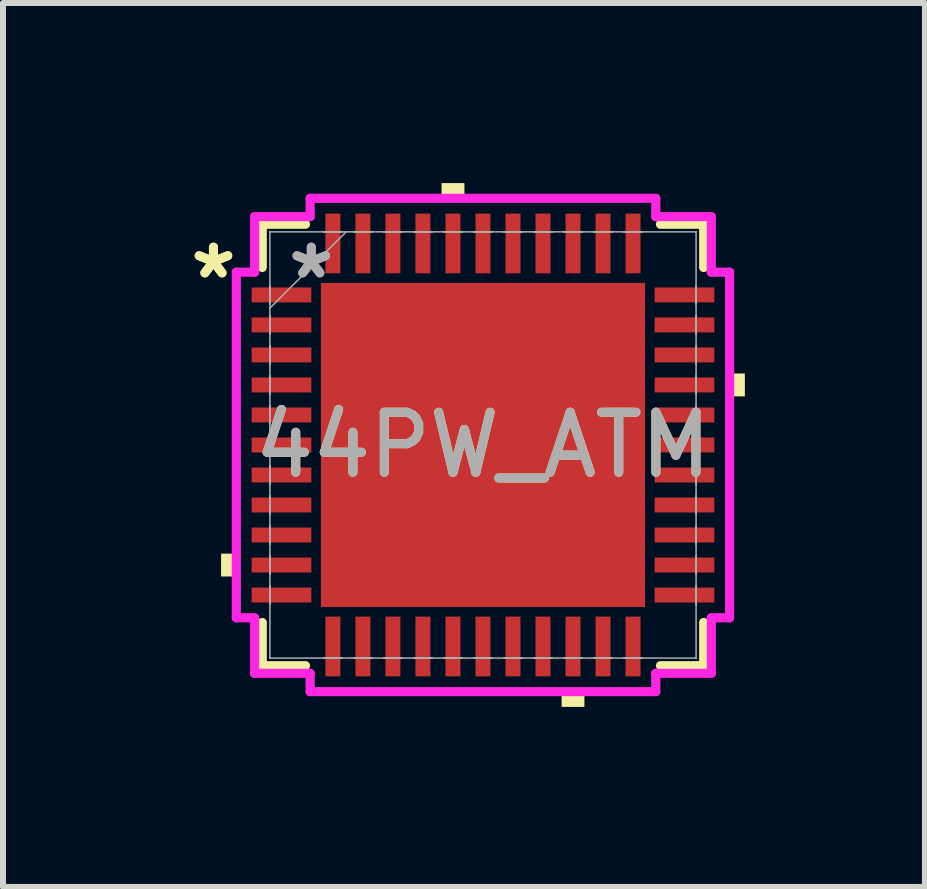
<source format=kicad_pcb>
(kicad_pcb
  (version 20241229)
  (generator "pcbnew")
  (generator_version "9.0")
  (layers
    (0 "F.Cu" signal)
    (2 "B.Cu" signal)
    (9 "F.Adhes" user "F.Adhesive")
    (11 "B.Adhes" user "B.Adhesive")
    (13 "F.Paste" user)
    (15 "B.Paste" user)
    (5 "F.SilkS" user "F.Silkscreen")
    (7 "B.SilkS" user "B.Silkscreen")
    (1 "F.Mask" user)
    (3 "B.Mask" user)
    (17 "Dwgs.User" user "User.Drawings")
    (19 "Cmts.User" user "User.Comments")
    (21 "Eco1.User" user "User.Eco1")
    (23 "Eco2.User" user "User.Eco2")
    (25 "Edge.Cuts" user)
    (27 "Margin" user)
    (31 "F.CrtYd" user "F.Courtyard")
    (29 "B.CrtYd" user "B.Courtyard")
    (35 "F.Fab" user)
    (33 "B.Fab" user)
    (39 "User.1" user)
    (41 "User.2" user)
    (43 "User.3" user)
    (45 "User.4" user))
  (footprint "44PW_ATM"
    (layer "F.Cu")
    (at 4.996 4.363)
    (property "Reference" "44PW_ATM" (at 0 0 0) (unlocked yes) (layer "F.SilkS") (effects (font (size 1 1) (thickness 0.15))))
    (attr smd)
    (fp_line (start -3.677 -3.677) (end -3.677 -2.957) (stroke (width 0.152) (type solid)) (layer "F.SilkS"))
    (fp_line (start -3.677 2.957) (end -3.677 3.677) (stroke (width 0.152) (type solid)) (layer "F.SilkS"))
    (fp_line (start -3.677 3.677) (end -2.957 3.677) (stroke (width 0.152) (type solid)) (layer "F.SilkS"))
    (fp_line (start -2.957 -3.677) (end -3.677 -3.677) (stroke (width 0.152) (type solid)) (layer "F.SilkS"))
    (fp_line (start 2.957 3.677) (end 3.677 3.677) (stroke (width 0.152) (type solid)) (layer "F.SilkS"))
    (fp_line (start 3.677 -3.677) (end 2.957 -3.677) (stroke (width 0.152) (type solid)) (layer "F.SilkS"))
    (fp_line (start 3.677 -2.957) (end 3.677 -3.677) (stroke (width 0.152) (type solid)) (layer "F.SilkS"))
    (fp_line (start 3.677 3.677) (end 3.677 2.957) (stroke (width 0.152) (type solid)) (layer "F.SilkS"))
    (fp_poly (pts (xy -4.363 1.81) (xy -4.363 2.191) (xy -4.109 2.191) (xy -4.109 1.81)) (stroke (width 0) (type solid)) (fill yes) (layer "F.SilkS"))
    (fp_poly (pts (xy -0.69 -4.109) (xy -0.69 -4.363) (xy -0.309 -4.363) (xy -0.309 -4.109)) (stroke (width 0) (type solid)) (fill yes) (layer "F.SilkS"))
    (fp_poly (pts (xy 1.31 4.109) (xy 1.31 4.363) (xy 1.69 4.363) (xy 1.69 4.109)) (stroke (width 0) (type solid)) (fill yes) (layer "F.SilkS"))
    (fp_poly (pts (xy 4.363 -1.191) (xy 4.363 -0.81) (xy 4.109 -0.81) (xy 4.109 -1.191)) (stroke (width 0) (type solid)) (fill yes) (layer "F.SilkS"))
    (fp_poly (pts (xy -2.6 -2.6) (xy -2.6 -1.45) (xy -1.45 -1.45) (xy -1.45 -2.6)) (stroke (width 0) (type solid)) (fill yes) (layer "F.Paste"))
    (fp_poly (pts (xy -2.6 -1.25) (xy -2.6 -0.1) (xy -1.45 -0.1) (xy -1.45 -1.25)) (stroke (width 0) (type solid)) (fill yes) (layer "F.Paste"))
    (fp_poly (pts (xy -2.6 0.1) (xy -2.6 1.25) (xy -1.45 1.25) (xy -1.45 0.1)) (stroke (width 0) (type solid)) (fill yes) (layer "F.Paste"))
    (fp_poly (pts (xy -2.6 1.45) (xy -2.6 2.6) (xy -1.45 2.6) (xy -1.45 1.45)) (stroke (width 0) (type solid)) (fill yes) (layer "F.Paste"))
    (fp_poly (pts (xy -1.25 -2.6) (xy -1.25 -1.45) (xy -0.1 -1.45) (xy -0.1 -2.6)) (stroke (width 0) (type solid)) (fill yes) (layer "F.Paste"))
    (fp_poly (pts (xy -1.25 -1.25) (xy -1.25 -0.1) (xy -0.1 -0.1) (xy -0.1 -1.25)) (stroke (width 0) (type solid)) (fill yes) (layer "F.Paste"))
    (fp_poly (pts (xy -1.25 0.1) (xy -1.25 1.25) (xy -0.1 1.25) (xy -0.1 0.1)) (stroke (width 0) (type solid)) (fill yes) (layer "F.Paste"))
    (fp_poly (pts (xy -1.25 1.45) (xy -1.25 2.6) (xy -0.1 2.6) (xy -0.1 1.45)) (stroke (width 0) (type solid)) (fill yes) (layer "F.Paste"))
    (fp_poly (pts (xy 0.1 -2.6) (xy 0.1 -1.45) (xy 1.25 -1.45) (xy 1.25 -2.6)) (stroke (width 0) (type solid)) (fill yes) (layer "F.Paste"))
    (fp_poly (pts (xy 0.1 -1.25) (xy 0.1 -0.1) (xy 1.25 -0.1) (xy 1.25 -1.25)) (stroke (width 0) (type solid)) (fill yes) (layer "F.Paste"))
    (fp_poly (pts (xy 0.1 0.1) (xy 0.1 1.25) (xy 1.25 1.25) (xy 1.25 0.1)) (stroke (width 0) (type solid)) (fill yes) (layer "F.Paste"))
    (fp_poly (pts (xy 0.1 1.45) (xy 0.1 2.6) (xy 1.25 2.6) (xy 1.25 1.45)) (stroke (width 0) (type solid)) (fill yes) (layer "F.Paste"))
    (fp_poly (pts (xy 1.45 -2.6) (xy 1.45 -1.45) (xy 2.6 -1.45) (xy 2.6 -2.6)) (stroke (width 0) (type solid)) (fill yes) (layer "F.Paste"))
    (fp_poly (pts (xy 1.45 -1.25) (xy 1.45 -0.1) (xy 2.6 -0.1) (xy 2.6 -1.25)) (stroke (width 0) (type solid)) (fill yes) (layer "F.Paste"))
    (fp_poly (pts (xy 1.45 0.1) (xy 1.45 1.25) (xy 2.6 1.25) (xy 2.6 0.1)) (stroke (width 0) (type solid)) (fill yes) (layer "F.Paste"))
    (fp_poly (pts (xy 1.45 1.45) (xy 1.45 2.6) (xy 2.6 2.6) (xy 2.6 1.45)) (stroke (width 0) (type solid)) (fill yes) (layer "F.Paste"))
    (fp_line (start -4.109 -2.879) (end -3.804 -2.879) (stroke (width 0.152) (type solid)) (layer "F.CrtYd"))
    (fp_line (start -4.109 2.879) (end -4.109 -2.879) (stroke (width 0.152) (type solid)) (layer "F.CrtYd"))
    (fp_line (start -3.804 -3.804) (end -2.879 -3.804) (stroke (width 0.152) (type solid)) (layer "F.CrtYd"))
    (fp_line (start -3.804 -2.879) (end -3.804 -3.804) (stroke (width 0.152) (type solid)) (layer "F.CrtYd"))
    (fp_line (start -3.804 2.879) (end -4.109 2.879) (stroke (width 0.152) (type solid)) (layer "F.CrtYd"))
    (fp_line (start -3.804 3.804) (end -3.804 2.879) (stroke (width 0.152) (type solid)) (layer "F.CrtYd"))
    (fp_line (start -2.879 -4.109) (end 2.879 -4.109) (stroke (width 0.152) (type solid)) (layer "F.CrtYd"))
    (fp_line (start -2.879 -3.804) (end -2.879 -4.109) (stroke (width 0.152) (type solid)) (layer "F.CrtYd"))
    (fp_line (start -2.879 3.804) (end -3.804 3.804) (stroke (width 0.152) (type solid)) (layer "F.CrtYd"))
    (fp_line (start -2.879 4.109) (end -2.879 3.804) (stroke (width 0.152) (type solid)) (layer "F.CrtYd"))
    (fp_line (start 2.879 -4.109) (end 2.879 -3.804) (stroke (width 0.152) (type solid)) (layer "F.CrtYd"))
    (fp_line (start 2.879 -3.804) (end 3.804 -3.804) (stroke (width 0.152) (type solid)) (layer "F.CrtYd"))
    (fp_line (start 2.879 3.804) (end 2.879 4.109) (stroke (width 0.152) (type solid)) (layer "F.CrtYd"))
    (fp_line (start 2.879 4.109) (end -2.879 4.109) (stroke (width 0.152) (type solid)) (layer "F.CrtYd"))
    (fp_line (start 3.804 -3.804) (end 3.804 -2.879) (stroke (width 0.152) (type solid)) (layer "F.CrtYd"))
    (fp_line (start 3.804 -2.879) (end 4.109 -2.879) (stroke (width 0.152) (type solid)) (layer "F.CrtYd"))
    (fp_line (start 3.804 2.879) (end 3.804 3.804) (stroke (width 0.152) (type solid)) (layer "F.CrtYd"))
    (fp_line (start 3.804 3.804) (end 2.879 3.804) (stroke (width 0.152) (type solid)) (layer "F.CrtYd"))
    (fp_line (start 4.109 -2.879) (end 4.109 2.879) (stroke (width 0.152) (type solid)) (layer "F.CrtYd"))
    (fp_line (start 4.109 2.879) (end 3.804 2.879) (stroke (width 0.152) (type solid)) (layer "F.CrtYd"))
    (fp_line (start -3.55 -3.55) (end -3.55 -3.55) (stroke (width 0.025) (type solid)) (layer "F.Fab"))
    (fp_line (start -3.55 -3.55) (end -3.55 3.55) (stroke (width 0.025) (type solid)) (layer "F.Fab"))
    (fp_line (start -3.55 -2.65) (end -3.55 -2.65) (stroke (width 0.025) (type solid)) (layer "F.Fab"))
    (fp_line (start -3.55 -2.65) (end -3.55 -2.35) (stroke (width 0.025) (type solid)) (layer "F.Fab"))
    (fp_line (start -3.55 -2.35) (end -3.55 -2.65) (stroke (width 0.025) (type solid)) (layer "F.Fab"))
    (fp_line (start -3.55 -2.35) (end -3.55 -2.35) (stroke (width 0.025) (type solid)) (layer "F.Fab"))
    (fp_line (start -3.55 -2.28) (end -2.28 -3.55) (stroke (width 0.025) (type solid)) (layer "F.Fab"))
    (fp_line (start -3.55 -2.15) (end -3.55 -2.15) (stroke (width 0.025) (type solid)) (layer "F.Fab"))
    (fp_line (start -3.55 -2.15) (end -3.55 -1.85) (stroke (width 0.025) (type solid)) (layer "F.Fab"))
    (fp_line (start -3.55 -1.85) (end -3.55 -2.15) (stroke (width 0.025) (type solid)) (layer "F.Fab"))
    (fp_line (start -3.55 -1.85) (end -3.55 -1.85) (stroke (width 0.025) (type solid)) (layer "F.Fab"))
    (fp_line (start -3.55 -1.65) (end -3.55 -1.65) (stroke (width 0.025) (type solid)) (layer "F.Fab"))
    (fp_line (start -3.55 -1.65) (end -3.55 -1.35) (stroke (width 0.025) (type solid)) (layer "F.Fab"))
    (fp_line (start -3.55 -1.35) (end -3.55 -1.65) (stroke (width 0.025) (type solid)) (layer "F.Fab"))
    (fp_line (start -3.55 -1.35) (end -3.55 -1.35) (stroke (width 0.025) (type solid)) (layer "F.Fab"))
    (fp_line (start -3.55 -1.15) (end -3.55 -1.15) (stroke (width 0.025) (type solid)) (layer "F.Fab"))
    (fp_line (start -3.55 -1.15) (end -3.55 -0.85) (stroke (width 0.025) (type solid)) (layer "F.Fab"))
    (fp_line (start -3.55 -0.85) (end -3.55 -1.15) (stroke (width 0.025) (type solid)) (layer "F.Fab"))
    (fp_line (start -3.55 -0.85) (end -3.55 -0.85) (stroke (width 0.025) (type solid)) (layer "F.Fab"))
    (fp_line (start -3.55 -0.65) (end -3.55 -0.65) (stroke (width 0.025) (type solid)) (layer "F.Fab"))
    (fp_line (start -3.55 -0.65) (end -3.55 -0.35) (stroke (width 0.025) (type solid)) (layer "F.Fab"))
    (fp_line (start -3.55 -0.35) (end -3.55 -0.65) (stroke (width 0.025) (type solid)) (layer "F.Fab"))
    (fp_line (start -3.55 -0.35) (end -3.55 -0.35) (stroke (width 0.025) (type solid)) (layer "F.Fab"))
    (fp_line (start -3.55 -0.15) (end -3.55 -0.15) (stroke (width 0.025) (type solid)) (layer "F.Fab"))
    (fp_line (start -3.55 -0.15) (end -3.55 0.15) (stroke (width 0.025) (type solid)) (layer "F.Fab"))
    (fp_line (start -3.55 0.15) (end -3.55 -0.15) (stroke (width 0.025) (type solid)) (layer "F.Fab"))
    (fp_line (start -3.55 0.15) (end -3.55 0.15) (stroke (width 0.025) (type solid)) (layer "F.Fab"))
    (fp_line (start -3.55 0.35) (end -3.55 0.35) (stroke (width 0.025) (type solid)) (layer "F.Fab"))
    (fp_line (start -3.55 0.35) (end -3.55 0.65) (stroke (width 0.025) (type solid)) (layer "F.Fab"))
    (fp_line (start -3.55 0.65) (end -3.55 0.35) (stroke (width 0.025) (type solid)) (layer "F.Fab"))
    (fp_line (start -3.55 0.65) (end -3.55 0.65) (stroke (width 0.025) (type solid)) (layer "F.Fab"))
    (fp_line (start -3.55 0.85) (end -3.55 0.85) (stroke (width 0.025) (type solid)) (layer "F.Fab"))
    (fp_line (start -3.55 0.85) (end -3.55 1.15) (stroke (width 0.025) (type solid)) (layer "F.Fab"))
    (fp_line (start -3.55 1.15) (end -3.55 0.85) (stroke (width 0.025) (type solid)) (layer "F.Fab"))
    (fp_line (start -3.55 1.15) (end -3.55 1.15) (stroke (width 0.025) (type solid)) (layer "F.Fab"))
    (fp_line (start -3.55 1.35) (end -3.55 1.35) (stroke (width 0.025) (type solid)) (layer "F.Fab"))
    (fp_line (start -3.55 1.35) (end -3.55 1.65) (stroke (width 0.025) (type solid)) (layer "F.Fab"))
    (fp_line (start -3.55 1.65) (end -3.55 1.35) (stroke (width 0.025) (type solid)) (layer "F.Fab"))
    (fp_line (start -3.55 1.65) (end -3.55 1.65) (stroke (width 0.025) (type solid)) (layer "F.Fab"))
    (fp_line (start -3.55 1.85) (end -3.55 1.85) (stroke (width 0.025) (type solid)) (layer "F.Fab"))
    (fp_line (start -3.55 1.85) (end -3.55 2.15) (stroke (width 0.025) (type solid)) (layer "F.Fab"))
    (fp_line (start -3.55 2.15) (end -3.55 1.85) (stroke (width 0.025) (type solid)) (layer "F.Fab"))
    (fp_line (start -3.55 2.15) (end -3.55 2.15) (stroke (width 0.025) (type solid)) (layer "F.Fab"))
    (fp_line (start -3.55 2.35) (end -3.55 2.35) (stroke (width 0.025) (type solid)) (layer "F.Fab"))
    (fp_line (start -3.55 2.35) (end -3.55 2.65) (stroke (width 0.025) (type solid)) (layer "F.Fab"))
    (fp_line (start -3.55 2.65) (end -3.55 2.35) (stroke (width 0.025) (type solid)) (layer "F.Fab"))
    (fp_line (start -3.55 2.65) (end -3.55 2.65) (stroke (width 0.025) (type solid)) (layer "F.Fab"))
    (fp_line (start -3.55 3.55) (end -3.55 3.55) (stroke (width 0.025) (type solid)) (layer "F.Fab"))
    (fp_line (start -3.55 3.55) (end 3.55 3.55) (stroke (width 0.025) (type solid)) (layer "F.Fab"))
    (fp_line (start -2.65 -3.55) (end -2.65 -3.55) (stroke (width 0.025) (type solid)) (layer "F.Fab"))
    (fp_line (start -2.65 -3.55) (end -2.35 -3.55) (stroke (width 0.025) (type solid)) (layer "F.Fab"))
    (fp_line (start -2.65 3.55) (end -2.65 3.55) (stroke (width 0.025) (type solid)) (layer "F.Fab"))
    (fp_line (start -2.65 3.55) (end -2.35 3.55) (stroke (width 0.025) (type solid)) (layer "F.Fab"))
    (fp_line (start -2.35 -3.55) (end -2.65 -3.55) (stroke (width 0.025) (type solid)) (layer "F.Fab"))
    (fp_line (start -2.35 -3.55) (end -2.35 -3.55) (stroke (width 0.025) (type solid)) (layer "F.Fab"))
    (fp_line (start -2.35 3.55) (end -2.65 3.55) (stroke (width 0.025) (type solid)) (layer "F.Fab"))
    (fp_line (start -2.35 3.55) (end -2.35 3.55) (stroke (width 0.025) (type solid)) (layer "F.Fab"))
    (fp_line (start -2.15 -3.55) (end -2.15 -3.55) (stroke (width 0.025) (type solid)) (layer "F.Fab"))
    (fp_line (start -2.15 -3.55) (end -1.85 -3.55) (stroke (width 0.025) (type solid)) (layer "F.Fab"))
    (fp_line (start -2.15 3.55) (end -2.15 3.55) (stroke (width 0.025) (type solid)) (layer "F.Fab"))
    (fp_line (start -2.15 3.55) (end -1.85 3.55) (stroke (width 0.025) (type solid)) (layer "F.Fab"))
    (fp_line (start -1.85 -3.55) (end -2.15 -3.55) (stroke (width 0.025) (type solid)) (layer "F.Fab"))
    (fp_line (start -1.85 -3.55) (end -1.85 -3.55) (stroke (width 0.025) (type solid)) (layer "F.Fab"))
    (fp_line (start -1.85 3.55) (end -2.15 3.55) (stroke (width 0.025) (type solid)) (layer "F.Fab"))
    (fp_line (start -1.85 3.55) (end -1.85 3.55) (stroke (width 0.025) (type solid)) (layer "F.Fab"))
    (fp_line (start -1.65 -3.55) (end -1.65 -3.55) (stroke (width 0.025) (type solid)) (layer "F.Fab"))
    (fp_line (start -1.65 -3.55) (end -1.35 -3.55) (stroke (width 0.025) (type solid)) (layer "F.Fab"))
    (fp_line (start -1.65 3.55) (end -1.65 3.55) (stroke (width 0.025) (type solid)) (layer "F.Fab"))
    (fp_line (start -1.65 3.55) (end -1.35 3.55) (stroke (width 0.025) (type solid)) (layer "F.Fab"))
    (fp_line (start -1.35 -3.55) (end -1.65 -3.55) (stroke (width 0.025) (type solid)) (layer "F.Fab"))
    (fp_line (start -1.35 -3.55) (end -1.35 -3.55) (stroke (width 0.025) (type solid)) (layer "F.Fab"))
    (fp_line (start -1.35 3.55) (end -1.65 3.55) (stroke (width 0.025) (type solid)) (layer "F.Fab"))
    (fp_line (start -1.35 3.55) (end -1.35 3.55) (stroke (width 0.025) (type solid)) (layer "F.Fab"))
    (fp_line (start -1.15 -3.55) (end -1.15 -3.55) (stroke (width 0.025) (type solid)) (layer "F.Fab"))
    (fp_line (start -1.15 -3.55) (end -0.85 -3.55) (stroke (width 0.025) (type solid)) (layer "F.Fab"))
    (fp_line (start -1.15 3.55) (end -1.15 3.55) (stroke (width 0.025) (type solid)) (layer "F.Fab"))
    (fp_line (start -1.15 3.55) (end -0.85 3.55) (stroke (width 0.025) (type solid)) (layer "F.Fab"))
    (fp_line (start -0.85 -3.55) (end -1.15 -3.55) (stroke (width 0.025) (type solid)) (layer "F.Fab"))
    (fp_line (start -0.85 -3.55) (end -0.85 -3.55) (stroke (width 0.025) (type solid)) (layer "F.Fab"))
    (fp_line (start -0.85 3.55) (end -1.15 3.55) (stroke (width 0.025) (type solid)) (layer "F.Fab"))
    (fp_line (start -0.85 3.55) (end -0.85 3.55) (stroke (width 0.025) (type solid)) (layer "F.Fab"))
    (fp_line (start -0.65 -3.55) (end -0.65 -3.55) (stroke (width 0.025) (type solid)) (layer "F.Fab"))
    (fp_line (start -0.65 -3.55) (end -0.35 -3.55) (stroke (width 0.025) (type solid)) (layer "F.Fab"))
    (fp_line (start -0.65 3.55) (end -0.65 3.55) (stroke (width 0.025) (type solid)) (layer "F.Fab"))
    (fp_line (start -0.65 3.55) (end -0.35 3.55) (stroke (width 0.025) (type solid)) (layer "F.Fab"))
    (fp_line (start -0.35 -3.55) (end -0.65 -3.55) (stroke (width 0.025) (type solid)) (layer "F.Fab"))
    (fp_line (start -0.35 -3.55) (end -0.35 -3.55) (stroke (width 0.025) (type solid)) (layer "F.Fab"))
    (fp_line (start -0.35 3.55) (end -0.65 3.55) (stroke (width 0.025) (type solid)) (layer "F.Fab"))
    (fp_line (start -0.35 3.55) (end -0.35 3.55) (stroke (width 0.025) (type solid)) (layer "F.Fab"))
    (fp_line (start -0.15 -3.55) (end -0.15 -3.55) (stroke (width 0.025) (type solid)) (layer "F.Fab"))
    (fp_line (start -0.15 -3.55) (end 0.15 -3.55) (stroke (width 0.025) (type solid)) (layer "F.Fab"))
    (fp_line (start -0.15 3.55) (end -0.15 3.55) (stroke (width 0.025) (type solid)) (layer "F.Fab"))
    (fp_line (start -0.15 3.55) (end 0.15 3.55) (stroke (width 0.025) (type solid)) (layer "F.Fab"))
    (fp_line (start 0.15 -3.55) (end -0.15 -3.55) (stroke (width 0.025) (type solid)) (layer "F.Fab"))
    (fp_line (start 0.15 -3.55) (end 0.15 -3.55) (stroke (width 0.025) (type solid)) (layer "F.Fab"))
    (fp_line (start 0.15 3.55) (end -0.15 3.55) (stroke (width 0.025) (type solid)) (layer "F.Fab"))
    (fp_line (start 0.15 3.55) (end 0.15 3.55) (stroke (width 0.025) (type solid)) (layer "F.Fab"))
    (fp_line (start 0.35 -3.55) (end 0.35 -3.55) (stroke (width 0.025) (type solid)) (layer "F.Fab"))
    (fp_line (start 0.35 -3.55) (end 0.65 -3.55) (stroke (width 0.025) (type solid)) (layer "F.Fab"))
    (fp_line (start 0.35 3.55) (end 0.35 3.55) (stroke (width 0.025) (type solid)) (layer "F.Fab"))
    (fp_line (start 0.35 3.55) (end 0.65 3.55) (stroke (width 0.025) (type solid)) (layer "F.Fab"))
    (fp_line (start 0.65 -3.55) (end 0.35 -3.55) (stroke (width 0.025) (type solid)) (layer "F.Fab"))
    (fp_line (start 0.65 -3.55) (end 0.65 -3.55) (stroke (width 0.025) (type solid)) (layer "F.Fab"))
    (fp_line (start 0.65 3.55) (end 0.35 3.55) (stroke (width 0.025) (type solid)) (layer "F.Fab"))
    (fp_line (start 0.65 3.55) (end 0.65 3.55) (stroke (width 0.025) (type solid)) (layer "F.Fab"))
    (fp_line (start 0.85 -3.55) (end 0.85 -3.55) (stroke (width 0.025) (type solid)) (layer "F.Fab"))
    (fp_line (start 0.85 -3.55) (end 1.15 -3.55) (stroke (width 0.025) (type solid)) (layer "F.Fab"))
    (fp_line (start 0.85 3.55) (end 0.85 3.55) (stroke (width 0.025) (type solid)) (layer "F.Fab"))
    (fp_line (start 0.85 3.55) (end 1.15 3.55) (stroke (width 0.025) (type solid)) (layer "F.Fab"))
    (fp_line (start 1.15 -3.55) (end 0.85 -3.55) (stroke (width 0.025) (type solid)) (layer "F.Fab"))
    (fp_line (start 1.15 -3.55) (end 1.15 -3.55) (stroke (width 0.025) (type solid)) (layer "F.Fab"))
    (fp_line (start 1.15 3.55) (end 0.85 3.55) (stroke (width 0.025) (type solid)) (layer "F.Fab"))
    (fp_line (start 1.15 3.55) (end 1.15 3.55) (stroke (width 0.025) (type solid)) (layer "F.Fab"))
    (fp_line (start 1.35 -3.55) (end 1.35 -3.55) (stroke (width 0.025) (type solid)) (layer "F.Fab"))
    (fp_line (start 1.35 -3.55) (end 1.65 -3.55) (stroke (width 0.025) (type solid)) (layer "F.Fab"))
    (fp_line (start 1.35 3.55) (end 1.35 3.55) (stroke (width 0.025) (type solid)) (layer "F.Fab"))
    (fp_line (start 1.35 3.55) (end 1.65 3.55) (stroke (width 0.025) (type solid)) (layer "F.Fab"))
    (fp_line (start 1.65 -3.55) (end 1.35 -3.55) (stroke (width 0.025) (type solid)) (layer "F.Fab"))
    (fp_line (start 1.65 -3.55) (end 1.65 -3.55) (stroke (width 0.025) (type solid)) (layer "F.Fab"))
    (fp_line (start 1.65 3.55) (end 1.35 3.55) (stroke (width 0.025) (type solid)) (layer "F.Fab"))
    (fp_line (start 1.65 3.55) (end 1.65 3.55) (stroke (width 0.025) (type solid)) (layer "F.Fab"))
    (fp_line (start 1.85 -3.55) (end 1.85 -3.55) (stroke (width 0.025) (type solid)) (layer "F.Fab"))
    (fp_line (start 1.85 -3.55) (end 2.15 -3.55) (stroke (width 0.025) (type solid)) (layer "F.Fab"))
    (fp_line (start 1.85 3.55) (end 1.85 3.55) (stroke (width 0.025) (type solid)) (layer "F.Fab"))
    (fp_line (start 1.85 3.55) (end 2.15 3.55) (stroke (width 0.025) (type solid)) (layer "F.Fab"))
    (fp_line (start 2.15 -3.55) (end 1.85 -3.55) (stroke (width 0.025) (type solid)) (layer "F.Fab"))
    (fp_line (start 2.15 -3.55) (end 2.15 -3.55) (stroke (width 0.025) (type solid)) (layer "F.Fab"))
    (fp_line (start 2.15 3.55) (end 1.85 3.55) (stroke (width 0.025) (type solid)) (layer "F.Fab"))
    (fp_line (start 2.15 3.55) (end 2.15 3.55) (stroke (width 0.025) (type solid)) (layer "F.Fab"))
    (fp_line (start 2.35 -3.55) (end 2.35 -3.55) (stroke (width 0.025) (type solid)) (layer "F.Fab"))
    (fp_line (start 2.35 -3.55) (end 2.65 -3.55) (stroke (width 0.025) (type solid)) (layer "F.Fab"))
    (fp_line (start 2.35 3.55) (end 2.35 3.55) (stroke (width 0.025) (type solid)) (layer "F.Fab"))
    (fp_line (start 2.35 3.55) (end 2.65 3.55) (stroke (width 0.025) (type solid)) (layer "F.Fab"))
    (fp_line (start 2.65 -3.55) (end 2.35 -3.55) (stroke (width 0.025) (type solid)) (layer "F.Fab"))
    (fp_line (start 2.65 -3.55) (end 2.65 -3.55) (stroke (width 0.025) (type solid)) (layer "F.Fab"))
    (fp_line (start 2.65 3.55) (end 2.35 3.55) (stroke (width 0.025) (type solid)) (layer "F.Fab"))
    (fp_line (start 2.65 3.55) (end 2.65 3.55) (stroke (width 0.025) (type solid)) (layer "F.Fab"))
    (fp_line (start 3.55 -3.55) (end -3.55 -3.55) (stroke (width 0.025) (type solid)) (layer "F.Fab"))
    (fp_line (start 3.55 -3.55) (end 3.55 -3.55) (stroke (width 0.025) (type solid)) (layer "F.Fab"))
    (fp_line (start 3.55 -2.65) (end 3.55 -2.65) (stroke (width 0.025) (type solid)) (layer "F.Fab"))
    (fp_line (start 3.55 -2.65) (end 3.55 -2.35) (stroke (width 0.025) (type solid)) (layer "F.Fab"))
    (fp_line (start 3.55 -2.35) (end 3.55 -2.65) (stroke (width 0.025) (type solid)) (layer "F.Fab"))
    (fp_line (start 3.55 -2.35) (end 3.55 -2.35) (stroke (width 0.025) (type solid)) (layer "F.Fab"))
    (fp_line (start 3.55 -2.15) (end 3.55 -2.15) (stroke (width 0.025) (type solid)) (layer "F.Fab"))
    (fp_line (start 3.55 -2.15) (end 3.55 -1.85) (stroke (width 0.025) (type solid)) (layer "F.Fab"))
    (fp_line (start 3.55 -1.85) (end 3.55 -2.15) (stroke (width 0.025) (type solid)) (layer "F.Fab"))
    (fp_line (start 3.55 -1.85) (end 3.55 -1.85) (stroke (width 0.025) (type solid)) (layer "F.Fab"))
    (fp_line (start 3.55 -1.65) (end 3.55 -1.65) (stroke (width 0.025) (type solid)) (layer "F.Fab"))
    (fp_line (start 3.55 -1.65) (end 3.55 -1.35) (stroke (width 0.025) (type solid)) (layer "F.Fab"))
    (fp_line (start 3.55 -1.35) (end 3.55 -1.65) (stroke (width 0.025) (type solid)) (layer "F.Fab"))
    (fp_line (start 3.55 -1.35) (end 3.55 -1.35) (stroke (width 0.025) (type solid)) (layer "F.Fab"))
    (fp_line (start 3.55 -1.15) (end 3.55 -1.15) (stroke (width 0.025) (type solid)) (layer "F.Fab"))
    (fp_line (start 3.55 -1.15) (end 3.55 -0.85) (stroke (width 0.025) (type solid)) (layer "F.Fab"))
    (fp_line (start 3.55 -0.85) (end 3.55 -1.15) (stroke (width 0.025) (type solid)) (layer "F.Fab"))
    (fp_line (start 3.55 -0.85) (end 3.55 -0.85) (stroke (width 0.025) (type solid)) (layer "F.Fab"))
    (fp_line (start 3.55 -0.65) (end 3.55 -0.65) (stroke (width 0.025) (type solid)) (layer "F.Fab"))
    (fp_line (start 3.55 -0.65) (end 3.55 -0.35) (stroke (width 0.025) (type solid)) (layer "F.Fab"))
    (fp_line (start 3.55 -0.35) (end 3.55 -0.65) (stroke (width 0.025) (type solid)) (layer "F.Fab"))
    (fp_line (start 3.55 -0.35) (end 3.55 -0.35) (stroke (width 0.025) (type solid)) (layer "F.Fab"))
    (fp_line (start 3.55 -0.15) (end 3.55 -0.15) (stroke (width 0.025) (type solid)) (layer "F.Fab"))
    (fp_line (start 3.55 -0.15) (end 3.55 0.15) (stroke (width 0.025) (type solid)) (layer "F.Fab"))
    (fp_line (start 3.55 0.15) (end 3.55 -0.15) (stroke (width 0.025) (type solid)) (layer "F.Fab"))
    (fp_line (start 3.55 0.15) (end 3.55 0.15) (stroke (width 0.025) (type solid)) (layer "F.Fab"))
    (fp_line (start 3.55 0.35) (end 3.55 0.35) (stroke (width 0.025) (type solid)) (layer "F.Fab"))
    (fp_line (start 3.55 0.35) (end 3.55 0.65) (stroke (width 0.025) (type solid)) (layer "F.Fab"))
    (fp_line (start 3.55 0.65) (end 3.55 0.35) (stroke (width 0.025) (type solid)) (layer "F.Fab"))
    (fp_line (start 3.55 0.65) (end 3.55 0.65) (stroke (width 0.025) (type solid)) (layer "F.Fab"))
    (fp_line (start 3.55 0.85) (end 3.55 0.85) (stroke (width 0.025) (type solid)) (layer "F.Fab"))
    (fp_line (start 3.55 0.85) (end 3.55 1.15) (stroke (width 0.025) (type solid)) (layer "F.Fab"))
    (fp_line (start 3.55 1.15) (end 3.55 0.85) (stroke (width 0.025) (type solid)) (layer "F.Fab"))
    (fp_line (start 3.55 1.15) (end 3.55 1.15) (stroke (width 0.025) (type solid)) (layer "F.Fab"))
    (fp_line (start 3.55 1.35) (end 3.55 1.35) (stroke (width 0.025) (type solid)) (layer "F.Fab"))
    (fp_line (start 3.55 1.35) (end 3.55 1.65) (stroke (width 0.025) (type solid)) (layer "F.Fab"))
    (fp_line (start 3.55 1.65) (end 3.55 1.35) (stroke (width 0.025) (type solid)) (layer "F.Fab"))
    (fp_line (start 3.55 1.65) (end 3.55 1.65) (stroke (width 0.025) (type solid)) (layer "F.Fab"))
    (fp_line (start 3.55 1.85) (end 3.55 1.85) (stroke (width 0.025) (type solid)) (layer "F.Fab"))
    (fp_line (start 3.55 1.85) (end 3.55 2.15) (stroke (width 0.025) (type solid)) (layer "F.Fab"))
    (fp_line (start 3.55 2.15) (end 3.55 1.85) (stroke (width 0.025) (type solid)) (layer "F.Fab"))
    (fp_line (start 3.55 2.15) (end 3.55 2.15) (stroke (width 0.025) (type solid)) (layer "F.Fab"))
    (fp_line (start 3.55 2.35) (end 3.55 2.35) (stroke (width 0.025) (type solid)) (layer "F.Fab"))
    (fp_line (start 3.55 2.35) (end 3.55 2.65) (stroke (width 0.025) (type solid)) (layer "F.Fab"))
    (fp_line (start 3.55 2.65) (end 3.55 2.35) (stroke (width 0.025) (type solid)) (layer "F.Fab"))
    (fp_line (start 3.55 2.65) (end 3.55 2.65) (stroke (width 0.025) (type solid)) (layer "F.Fab"))
    (fp_line (start 3.55 3.55) (end 3.55 -3.55) (stroke (width 0.025) (type solid)) (layer "F.Fab"))
    (fp_line (start 3.55 3.55) (end 3.55 3.55) (stroke (width 0.025) (type solid)) (layer "F.Fab"))
    (fp_text user "*" (at -4.49 -2.75 0) (unlocked yes) (layer "F.SilkS") (effects (font (size 1 1) (thickness 0.15))))
    (fp_text user "*" (at -4.49 -2.75 0) (layer "F.SilkS") (effects (font (size 1 1) (thickness 0.15))))
    (fp_text user "${REFERENCE}" (at 0 0 0) (unlocked yes) (layer "F.Fab") (effects (font (size 1 1) (thickness 0.15))))
    (fp_text user "*" (at -2.86 -2.75 0) (layer "F.Fab") (effects (font (size 1 1) (thickness 0.15))))
    (fp_text user "*" (at -2.86 -2.75 0) (unlocked yes) (layer "F.Fab") (effects (font (size 1 1) (thickness 0.15))))
    (pad "1" smd rect (at -3.357 -2.5 90) (size 0.249 0.995) (layers "F.Cu" "F.Mask" "F.Paste"))
    (pad "2" smd rect (at -3.357 -2 90) (size 0.249 0.995) (layers "F.Cu" "F.Mask" "F.Paste"))
    (pad "3" smd rect (at -3.357 -1.5 90) (size 0.249 0.995) (layers "F.Cu" "F.Mask" "F.Paste"))
    (pad "4" smd rect (at -3.357 -1 90) (size 0.249 0.995) (layers "F.Cu" "F.Mask" "F.Paste"))
    (pad "5" smd rect (at -3.357 -0.5 90) (size 0.249 0.995) (layers "F.Cu" "F.Mask" "F.Paste"))
    (pad "6" smd rect (at -3.357 0 90) (size 0.249 0.995) (layers "F.Cu" "F.Mask" "F.Paste"))
    (pad "7" smd rect (at -3.357 0.5 90) (size 0.249 0.995) (layers "F.Cu" "F.Mask" "F.Paste"))
    (pad "8" smd rect (at -3.357 1 90) (size 0.249 0.995) (layers "F.Cu" "F.Mask" "F.Paste"))
    (pad "9" smd rect (at -3.357 1.5 90) (size 0.249 0.995) (layers "F.Cu" "F.Mask" "F.Paste"))
    (pad "10" smd rect (at -3.357 2 90) (size 0.249 0.995) (layers "F.Cu" "F.Mask" "F.Paste"))
    (pad "11" smd rect (at -3.357 2.5 90) (size 0.249 0.995) (layers "F.Cu" "F.Mask" "F.Paste"))
    (pad "12" smd rect (at -2.5 3.357) (size 0.249 0.995) (layers "F.Cu" "F.Mask" "F.Paste"))
    (pad "13" smd rect (at -2 3.357) (size 0.249 0.995) (layers "F.Cu" "F.Mask" "F.Paste"))
    (pad "14" smd rect (at -1.5 3.357) (size 0.249 0.995) (layers "F.Cu" "F.Mask" "F.Paste"))
    (pad "15" smd rect (at -1 3.357) (size 0.249 0.995) (layers "F.Cu" "F.Mask" "F.Paste"))
    (pad "16" smd rect (at -0.5 3.357) (size 0.249 0.995) (layers "F.Cu" "F.Mask" "F.Paste"))
    (pad "17" smd rect (at 0 3.357) (size 0.249 0.995) (layers "F.Cu" "F.Mask" "F.Paste"))
    (pad "18" smd rect (at 0.5 3.357) (size 0.249 0.995) (layers "F.Cu" "F.Mask" "F.Paste"))
    (pad "19" smd rect (at 1 3.357) (size 0.249 0.995) (layers "F.Cu" "F.Mask" "F.Paste"))
    (pad "20" smd rect (at 1.5 3.357) (size 0.249 0.995) (layers "F.Cu" "F.Mask" "F.Paste"))
    (pad "21" smd rect (at 2 3.357) (size 0.249 0.995) (layers "F.Cu" "F.Mask" "F.Paste"))
    (pad "22" smd rect (at 2.5 3.357) (size 0.249 0.995) (layers "F.Cu" "F.Mask" "F.Paste"))
    (pad "23" smd rect (at 3.357 2.5 90) (size 0.249 0.995) (layers "F.Cu" "F.Mask" "F.Paste"))
    (pad "24" smd rect (at 3.357 2 90) (size 0.249 0.995) (layers "F.Cu" "F.Mask" "F.Paste"))
    (pad "25" smd rect (at 3.357 1.5 90) (size 0.249 0.995) (layers "F.Cu" "F.Mask" "F.Paste"))
    (pad "26" smd rect (at 3.357 1 90) (size 0.249 0.995) (layers "F.Cu" "F.Mask" "F.Paste"))
    (pad "27" smd rect (at 3.357 0.5 90) (size 0.249 0.995) (layers "F.Cu" "F.Mask" "F.Paste"))
    (pad "28" smd rect (at 3.357 0 90) (size 0.249 0.995) (layers "F.Cu" "F.Mask" "F.Paste"))
    (pad "29" smd rect (at 3.357 -0.5 90) (size 0.249 0.995) (layers "F.Cu" "F.Mask" "F.Paste"))
    (pad "30" smd rect (at 3.357 -1 90) (size 0.249 0.995) (layers "F.Cu" "F.Mask" "F.Paste"))
    (pad "31" smd rect (at 3.357 -1.5 90) (size 0.249 0.995) (layers "F.Cu" "F.Mask" "F.Paste"))
    (pad "32" smd rect (at 3.357 -2 90) (size 0.249 0.995) (layers "F.Cu" "F.Mask" "F.Paste"))
    (pad "33" smd rect (at 3.357 -2.5 90) (size 0.249 0.995) (layers "F.Cu" "F.Mask" "F.Paste"))
    (pad "34" smd rect (at 2.5 -3.357) (size 0.249 0.995) (layers "F.Cu" "F.Mask" "F.Paste"))
    (pad "35" smd rect (at 2 -3.357) (size 0.249 0.995) (layers "F.Cu" "F.Mask" "F.Paste"))
    (pad "36" smd rect (at 1.5 -3.357) (size 0.249 0.995) (layers "F.Cu" "F.Mask" "F.Paste"))
    (pad "37" smd rect (at 1 -3.357) (size 0.249 0.995) (layers "F.Cu" "F.Mask" "F.Paste"))
    (pad "38" smd rect (at 0.5 -3.357) (size 0.249 0.995) (layers "F.Cu" "F.Mask" "F.Paste"))
    (pad "39" smd rect (at 0 -3.357) (size 0.249 0.995) (layers "F.Cu" "F.Mask" "F.Paste"))
    (pad "40" smd rect (at -0.5 -3.357) (size 0.249 0.995) (layers "F.Cu" "F.Mask" "F.Paste"))
    (pad "41" smd rect (at -1 -3.357) (size 0.249 0.995) (layers "F.Cu" "F.Mask" "F.Paste"))
    (pad "42" smd rect (at -1.5 -3.357) (size 0.249 0.995) (layers "F.Cu" "F.Mask" "F.Paste"))
    (pad "43" smd rect (at -2 -3.357) (size 0.249 0.995) (layers "F.Cu" "F.Mask" "F.Paste"))
    (pad "44" smd rect (at -2.5 -3.357) (size 0.249 0.995) (layers "F.Cu" "F.Mask" "F.Paste"))
    (pad "45" smd rect (at 0 0) (size 5.4 5.4) (layers "F.Cu" "F.Mask" "F.Paste")))
  (gr_rect
    (start -3 -3)
    (end 12.359 11.726)
    (stroke (width 0.1) (type default))
    (fill no)
    (layer "Edge.Cuts")))
</source>
